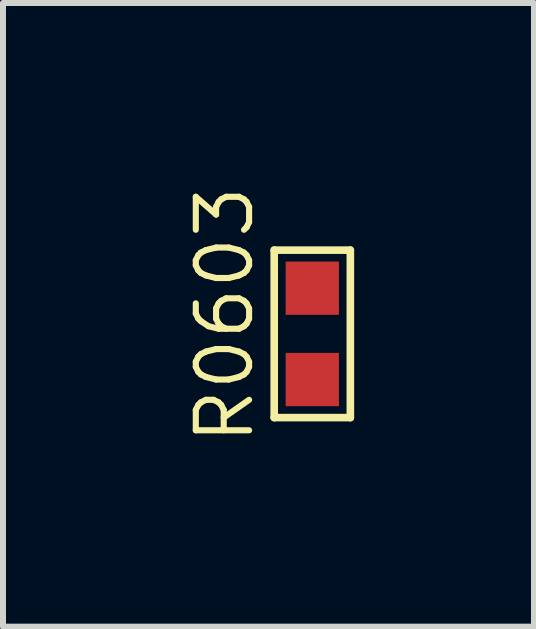
<source format=kicad_pcb>
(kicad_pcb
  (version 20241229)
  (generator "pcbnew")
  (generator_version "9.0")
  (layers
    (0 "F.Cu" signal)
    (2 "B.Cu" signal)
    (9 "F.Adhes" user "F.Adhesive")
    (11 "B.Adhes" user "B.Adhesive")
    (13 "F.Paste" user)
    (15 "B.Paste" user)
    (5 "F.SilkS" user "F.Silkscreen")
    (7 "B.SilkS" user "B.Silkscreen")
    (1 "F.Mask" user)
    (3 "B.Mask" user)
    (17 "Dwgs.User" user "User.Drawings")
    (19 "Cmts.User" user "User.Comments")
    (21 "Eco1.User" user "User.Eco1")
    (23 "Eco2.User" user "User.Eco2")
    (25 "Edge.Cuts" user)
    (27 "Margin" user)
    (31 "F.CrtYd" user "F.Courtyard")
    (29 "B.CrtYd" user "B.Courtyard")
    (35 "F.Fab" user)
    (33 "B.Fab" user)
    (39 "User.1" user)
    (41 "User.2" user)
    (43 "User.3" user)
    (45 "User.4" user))
  (footprint "R0603"
    (layer "F.Cu")
    (at 2.159 2.519)
    (property "Reference" "R0603" (at -1.46 -0.318 90) (layer "F.SilkS") (effects (font (size 0.889 0.889) (thickness 0.102))))
    (attr smd)
    (fp_line (start -0.635 -1.397) (end 0.635 -1.397) (stroke (width 0.127) (type solid)) (layer "F.SilkS"))
    (fp_line (start -0.635 1.397) (end -0.635 -1.397) (stroke (width 0.127) (type solid)) (layer "F.SilkS"))
    (fp_line (start 0.635 -1.397) (end 0.635 1.397) (stroke (width 0.127) (type solid)) (layer "F.SilkS"))
    (fp_line (start 0.635 1.397) (end -0.635 1.397) (stroke (width 0.127) (type solid)) (layer "F.SilkS"))
    (pad "1" smd rect (at 0 -0.762 270) (size 0.889 0.889) (layers "F.Cu" "F.Mask" "F.Paste"))
    (pad "2" smd rect (at 0 0.762 270) (size 0.889 0.889) (layers "F.Cu" "F.Mask" "F.Paste")))
  (gr_rect
    (start -3 -3)
    (end 5.857 7.403)
    (stroke (width 0.1) (type default))
    (fill no)
    (layer "Edge.Cuts")))
</source>
